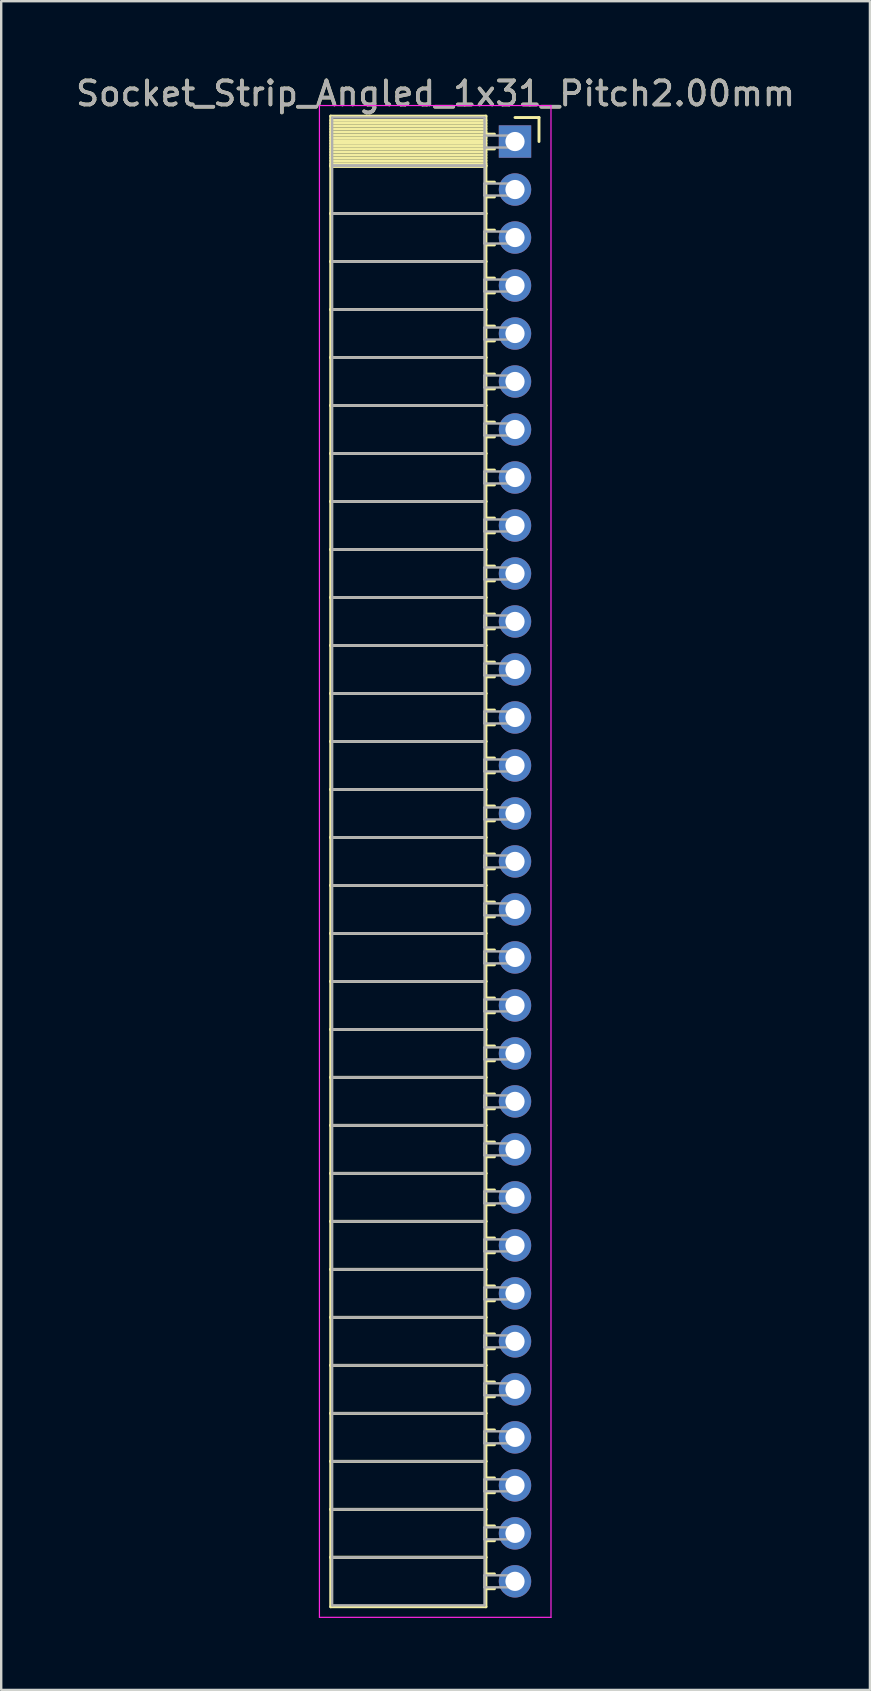
<source format=kicad_pcb>
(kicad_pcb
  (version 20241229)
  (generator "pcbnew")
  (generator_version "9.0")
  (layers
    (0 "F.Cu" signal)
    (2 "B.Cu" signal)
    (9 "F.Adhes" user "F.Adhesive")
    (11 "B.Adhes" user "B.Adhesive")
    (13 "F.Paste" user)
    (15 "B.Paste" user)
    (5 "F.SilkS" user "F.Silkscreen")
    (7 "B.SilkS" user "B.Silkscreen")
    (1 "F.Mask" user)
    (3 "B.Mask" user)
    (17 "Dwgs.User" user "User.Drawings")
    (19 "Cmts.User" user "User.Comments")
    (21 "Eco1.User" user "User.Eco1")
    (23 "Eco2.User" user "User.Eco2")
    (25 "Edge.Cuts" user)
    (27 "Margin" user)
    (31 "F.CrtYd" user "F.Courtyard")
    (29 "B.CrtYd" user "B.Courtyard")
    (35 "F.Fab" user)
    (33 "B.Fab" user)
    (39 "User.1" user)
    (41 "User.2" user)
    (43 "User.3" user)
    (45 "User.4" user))
  (footprint "Socket_Strip_Angled_1x31_Pitch2.00mm"
    (layer "F.Cu")
    (at 18.411 2.848)
    (property "Reference" "Socket_Strip_Angled_1x31_Pitch2.00mm" (at -3.31 -2 0) (layer "F.SilkS") (effects (font (size 1 1) (thickness 0.15))))
    (attr through_hole)
    (fp_line (start -7.68 -1.06) (end -1.21 -1.06) (stroke (width 0.12) (type solid)) (layer "F.SilkS"))
    (fp_line (start -7.68 1) (end -7.68 -1.06) (stroke (width 0.12) (type solid)) (layer "F.SilkS"))
    (fp_line (start -7.68 1) (end -1.21 1) (stroke (width 0.12) (type solid)) (layer "F.SilkS"))
    (fp_line (start -7.68 3) (end -7.68 1) (stroke (width 0.12) (type solid)) (layer "F.SilkS"))
    (fp_line (start -7.68 3) (end -1.21 3) (stroke (width 0.12) (type solid)) (layer "F.SilkS"))
    (fp_line (start -7.68 5) (end -7.68 3) (stroke (width 0.12) (type solid)) (layer "F.SilkS"))
    (fp_line (start -7.68 5) (end -1.21 5) (stroke (width 0.12) (type solid)) (layer "F.SilkS"))
    (fp_line (start -7.68 7) (end -7.68 5) (stroke (width 0.12) (type solid)) (layer "F.SilkS"))
    (fp_line (start -7.68 7) (end -1.21 7) (stroke (width 0.12) (type solid)) (layer "F.SilkS"))
    (fp_line (start -7.68 9) (end -7.68 7) (stroke (width 0.12) (type solid)) (layer "F.SilkS"))
    (fp_line (start -7.68 9) (end -1.21 9) (stroke (width 0.12) (type solid)) (layer "F.SilkS"))
    (fp_line (start -7.68 11) (end -7.68 9) (stroke (width 0.12) (type solid)) (layer "F.SilkS"))
    (fp_line (start -7.68 11) (end -1.21 11) (stroke (width 0.12) (type solid)) (layer "F.SilkS"))
    (fp_line (start -7.68 13) (end -7.68 11) (stroke (width 0.12) (type solid)) (layer "F.SilkS"))
    (fp_line (start -7.68 13) (end -1.21 13) (stroke (width 0.12) (type solid)) (layer "F.SilkS"))
    (fp_line (start -7.68 15) (end -7.68 13) (stroke (width 0.12) (type solid)) (layer "F.SilkS"))
    (fp_line (start -7.68 15) (end -1.21 15) (stroke (width 0.12) (type solid)) (layer "F.SilkS"))
    (fp_line (start -7.68 17) (end -7.68 15) (stroke (width 0.12) (type solid)) (layer "F.SilkS"))
    (fp_line (start -7.68 17) (end -1.21 17) (stroke (width 0.12) (type solid)) (layer "F.SilkS"))
    (fp_line (start -7.68 19) (end -7.68 17) (stroke (width 0.12) (type solid)) (layer "F.SilkS"))
    (fp_line (start -7.68 19) (end -1.21 19) (stroke (width 0.12) (type solid)) (layer "F.SilkS"))
    (fp_line (start -7.68 21) (end -7.68 19) (stroke (width 0.12) (type solid)) (layer "F.SilkS"))
    (fp_line (start -7.68 21) (end -1.21 21) (stroke (width 0.12) (type solid)) (layer "F.SilkS"))
    (fp_line (start -7.68 23) (end -7.68 21) (stroke (width 0.12) (type solid)) (layer "F.SilkS"))
    (fp_line (start -7.68 23) (end -1.21 23) (stroke (width 0.12) (type solid)) (layer "F.SilkS"))
    (fp_line (start -7.68 25) (end -7.68 23) (stroke (width 0.12) (type solid)) (layer "F.SilkS"))
    (fp_line (start -7.68 25) (end -1.21 25) (stroke (width 0.12) (type solid)) (layer "F.SilkS"))
    (fp_line (start -7.68 27) (end -7.68 25) (stroke (width 0.12) (type solid)) (layer "F.SilkS"))
    (fp_line (start -7.68 27) (end -1.21 27) (stroke (width 0.12) (type solid)) (layer "F.SilkS"))
    (fp_line (start -7.68 29) (end -7.68 27) (stroke (width 0.12) (type solid)) (layer "F.SilkS"))
    (fp_line (start -7.68 29) (end -1.21 29) (stroke (width 0.12) (type solid)) (layer "F.SilkS"))
    (fp_line (start -7.68 31) (end -7.68 29) (stroke (width 0.12) (type solid)) (layer "F.SilkS"))
    (fp_line (start -7.68 31) (end -1.21 31) (stroke (width 0.12) (type solid)) (layer "F.SilkS"))
    (fp_line (start -7.68 33) (end -7.68 31) (stroke (width 0.12) (type solid)) (layer "F.SilkS"))
    (fp_line (start -7.68 33) (end -1.21 33) (stroke (width 0.12) (type solid)) (layer "F.SilkS"))
    (fp_line (start -7.68 35) (end -7.68 33) (stroke (width 0.12) (type solid)) (layer "F.SilkS"))
    (fp_line (start -7.68 35) (end -1.21 35) (stroke (width 0.12) (type solid)) (layer "F.SilkS"))
    (fp_line (start -7.68 37) (end -7.68 35) (stroke (width 0.12) (type solid)) (layer "F.SilkS"))
    (fp_line (start -7.68 37) (end -1.21 37) (stroke (width 0.12) (type solid)) (layer "F.SilkS"))
    (fp_line (start -7.68 39) (end -7.68 37) (stroke (width 0.12) (type solid)) (layer "F.SilkS"))
    (fp_line (start -7.68 39) (end -1.21 39) (stroke (width 0.12) (type solid)) (layer "F.SilkS"))
    (fp_line (start -7.68 41) (end -7.68 39) (stroke (width 0.12) (type solid)) (layer "F.SilkS"))
    (fp_line (start -7.68 41) (end -1.21 41) (stroke (width 0.12) (type solid)) (layer "F.SilkS"))
    (fp_line (start -7.68 43) (end -7.68 41) (stroke (width 0.12) (type solid)) (layer "F.SilkS"))
    (fp_line (start -7.68 43) (end -1.21 43) (stroke (width 0.12) (type solid)) (layer "F.SilkS"))
    (fp_line (start -7.68 45) (end -7.68 43) (stroke (width 0.12) (type solid)) (layer "F.SilkS"))
    (fp_line (start -7.68 45) (end -1.21 45) (stroke (width 0.12) (type solid)) (layer "F.SilkS"))
    (fp_line (start -7.68 47) (end -7.68 45) (stroke (width 0.12) (type solid)) (layer "F.SilkS"))
    (fp_line (start -7.68 47) (end -1.21 47) (stroke (width 0.12) (type solid)) (layer "F.SilkS"))
    (fp_line (start -7.68 49) (end -7.68 47) (stroke (width 0.12) (type solid)) (layer "F.SilkS"))
    (fp_line (start -7.68 49) (end -1.21 49) (stroke (width 0.12) (type solid)) (layer "F.SilkS"))
    (fp_line (start -7.68 51) (end -7.68 49) (stroke (width 0.12) (type solid)) (layer "F.SilkS"))
    (fp_line (start -7.68 51) (end -1.21 51) (stroke (width 0.12) (type solid)) (layer "F.SilkS"))
    (fp_line (start -7.68 53) (end -7.68 51) (stroke (width 0.12) (type solid)) (layer "F.SilkS"))
    (fp_line (start -7.68 53) (end -1.21 53) (stroke (width 0.12) (type solid)) (layer "F.SilkS"))
    (fp_line (start -7.68 55) (end -7.68 53) (stroke (width 0.12) (type solid)) (layer "F.SilkS"))
    (fp_line (start -7.68 55) (end -1.21 55) (stroke (width 0.12) (type solid)) (layer "F.SilkS"))
    (fp_line (start -7.68 57) (end -7.68 55) (stroke (width 0.12) (type solid)) (layer "F.SilkS"))
    (fp_line (start -7.68 57) (end -1.21 57) (stroke (width 0.12) (type solid)) (layer "F.SilkS"))
    (fp_line (start -7.68 59) (end -7.68 57) (stroke (width 0.12) (type solid)) (layer "F.SilkS"))
    (fp_line (start -7.68 59) (end -1.21 59) (stroke (width 0.12) (type solid)) (layer "F.SilkS"))
    (fp_line (start -7.68 61.06) (end -7.68 59) (stroke (width 0.12) (type solid)) (layer "F.SilkS"))
    (fp_line (start -1.21 -1.06) (end -1.21 1) (stroke (width 0.12) (type solid)) (layer "F.SilkS"))
    (fp_line (start -1.21 -0.88) (end -7.68 -0.88) (stroke (width 0.12) (type solid)) (layer "F.SilkS"))
    (fp_line (start -1.21 -0.76) (end -7.68 -0.76) (stroke (width 0.12) (type solid)) (layer "F.SilkS"))
    (fp_line (start -1.21 -0.64) (end -7.68 -0.64) (stroke (width 0.12) (type solid)) (layer "F.SilkS"))
    (fp_line (start -1.21 -0.52) (end -7.68 -0.52) (stroke (width 0.12) (type solid)) (layer "F.SilkS"))
    (fp_line (start -1.21 -0.4) (end -7.68 -0.4) (stroke (width 0.12) (type solid)) (layer "F.SilkS"))
    (fp_line (start -1.21 -0.28) (end -7.68 -0.28) (stroke (width 0.12) (type solid)) (layer "F.SilkS"))
    (fp_line (start -1.21 -0.16) (end -7.68 -0.16) (stroke (width 0.12) (type solid)) (layer "F.SilkS"))
    (fp_line (start -1.21 -0.04) (end -7.68 -0.04) (stroke (width 0.12) (type solid)) (layer "F.SilkS"))
    (fp_line (start -1.21 0.08) (end -7.68 0.08) (stroke (width 0.12) (type solid)) (layer "F.SilkS"))
    (fp_line (start -1.21 0.2) (end -7.68 0.2) (stroke (width 0.12) (type solid)) (layer "F.SilkS"))
    (fp_line (start -1.21 0.32) (end -7.68 0.32) (stroke (width 0.12) (type solid)) (layer "F.SilkS"))
    (fp_line (start -1.21 0.44) (end -7.68 0.44) (stroke (width 0.12) (type solid)) (layer "F.SilkS"))
    (fp_line (start -1.21 0.56) (end -7.68 0.56) (stroke (width 0.12) (type solid)) (layer "F.SilkS"))
    (fp_line (start -1.21 0.68) (end -7.68 0.68) (stroke (width 0.12) (type solid)) (layer "F.SilkS"))
    (fp_line (start -1.21 0.8) (end -7.68 0.8) (stroke (width 0.12) (type solid)) (layer "F.SilkS"))
    (fp_line (start -1.21 0.92) (end -7.68 0.92) (stroke (width 0.12) (type solid)) (layer "F.SilkS"))
    (fp_line (start -1.21 1) (end -7.68 1) (stroke (width 0.12) (type solid)) (layer "F.SilkS"))
    (fp_line (start -1.21 1) (end -1.21 3) (stroke (width 0.12) (type solid)) (layer "F.SilkS"))
    (fp_line (start -1.21 1.04) (end -7.68 1.04) (stroke (width 0.12) (type solid)) (layer "F.SilkS"))
    (fp_line (start -1.21 3) (end -7.68 3) (stroke (width 0.12) (type solid)) (layer "F.SilkS"))
    (fp_line (start -1.21 3) (end -1.21 5) (stroke (width 0.12) (type solid)) (layer "F.SilkS"))
    (fp_line (start -1.21 5) (end -7.68 5) (stroke (width 0.12) (type solid)) (layer "F.SilkS"))
    (fp_line (start -1.21 5) (end -1.21 7) (stroke (width 0.12) (type solid)) (layer "F.SilkS"))
    (fp_line (start -1.21 7) (end -7.68 7) (stroke (width 0.12) (type solid)) (layer "F.SilkS"))
    (fp_line (start -1.21 7) (end -1.21 9) (stroke (width 0.12) (type solid)) (layer "F.SilkS"))
    (fp_line (start -1.21 9) (end -7.68 9) (stroke (width 0.12) (type solid)) (layer "F.SilkS"))
    (fp_line (start -1.21 9) (end -1.21 11) (stroke (width 0.12) (type solid)) (layer "F.SilkS"))
    (fp_line (start -1.21 11) (end -7.68 11) (stroke (width 0.12) (type solid)) (layer "F.SilkS"))
    (fp_line (start -1.21 11) (end -1.21 13) (stroke (width 0.12) (type solid)) (layer "F.SilkS"))
    (fp_line (start -1.21 13) (end -7.68 13) (stroke (width 0.12) (type solid)) (layer "F.SilkS"))
    (fp_line (start -1.21 13) (end -1.21 15) (stroke (width 0.12) (type solid)) (layer "F.SilkS"))
    (fp_line (start -1.21 15) (end -7.68 15) (stroke (width 0.12) (type solid)) (layer "F.SilkS"))
    (fp_line (start -1.21 15) (end -1.21 17) (stroke (width 0.12) (type solid)) (layer "F.SilkS"))
    (fp_line (start -1.21 17) (end -7.68 17) (stroke (width 0.12) (type solid)) (layer "F.SilkS"))
    (fp_line (start -1.21 17) (end -1.21 19) (stroke (width 0.12) (type solid)) (layer "F.SilkS"))
    (fp_line (start -1.21 19) (end -7.68 19) (stroke (width 0.12) (type solid)) (layer "F.SilkS"))
    (fp_line (start -1.21 19) (end -1.21 21) (stroke (width 0.12) (type solid)) (layer "F.SilkS"))
    (fp_line (start -1.21 21) (end -7.68 21) (stroke (width 0.12) (type solid)) (layer "F.SilkS"))
    (fp_line (start -1.21 21) (end -1.21 23) (stroke (width 0.12) (type solid)) (layer "F.SilkS"))
    (fp_line (start -1.21 23) (end -7.68 23) (stroke (width 0.12) (type solid)) (layer "F.SilkS"))
    (fp_line (start -1.21 23) (end -1.21 25) (stroke (width 0.12) (type solid)) (layer "F.SilkS"))
    (fp_line (start -1.21 25) (end -7.68 25) (stroke (width 0.12) (type solid)) (layer "F.SilkS"))
    (fp_line (start -1.21 25) (end -1.21 27) (stroke (width 0.12) (type solid)) (layer "F.SilkS"))
    (fp_line (start -1.21 27) (end -7.68 27) (stroke (width 0.12) (type solid)) (layer "F.SilkS"))
    (fp_line (start -1.21 27) (end -1.21 29) (stroke (width 0.12) (type solid)) (layer "F.SilkS"))
    (fp_line (start -1.21 29) (end -7.68 29) (stroke (width 0.12) (type solid)) (layer "F.SilkS"))
    (fp_line (start -1.21 29) (end -1.21 31) (stroke (width 0.12) (type solid)) (layer "F.SilkS"))
    (fp_line (start -1.21 31) (end -7.68 31) (stroke (width 0.12) (type solid)) (layer "F.SilkS"))
    (fp_line (start -1.21 31) (end -1.21 33) (stroke (width 0.12) (type solid)) (layer "F.SilkS"))
    (fp_line (start -1.21 33) (end -7.68 33) (stroke (width 0.12) (type solid)) (layer "F.SilkS"))
    (fp_line (start -1.21 33) (end -1.21 35) (stroke (width 0.12) (type solid)) (layer "F.SilkS"))
    (fp_line (start -1.21 35) (end -7.68 35) (stroke (width 0.12) (type solid)) (layer "F.SilkS"))
    (fp_line (start -1.21 35) (end -1.21 37) (stroke (width 0.12) (type solid)) (layer "F.SilkS"))
    (fp_line (start -1.21 37) (end -7.68 37) (stroke (width 0.12) (type solid)) (layer "F.SilkS"))
    (fp_line (start -1.21 37) (end -1.21 39) (stroke (width 0.12) (type solid)) (layer "F.SilkS"))
    (fp_line (start -1.21 39) (end -7.68 39) (stroke (width 0.12) (type solid)) (layer "F.SilkS"))
    (fp_line (start -1.21 39) (end -1.21 41) (stroke (width 0.12) (type solid)) (layer "F.SilkS"))
    (fp_line (start -1.21 41) (end -7.68 41) (stroke (width 0.12) (type solid)) (layer "F.SilkS"))
    (fp_line (start -1.21 41) (end -1.21 43) (stroke (width 0.12) (type solid)) (layer "F.SilkS"))
    (fp_line (start -1.21 43) (end -7.68 43) (stroke (width 0.12) (type solid)) (layer "F.SilkS"))
    (fp_line (start -1.21 43) (end -1.21 45) (stroke (width 0.12) (type solid)) (layer "F.SilkS"))
    (fp_line (start -1.21 45) (end -7.68 45) (stroke (width 0.12) (type solid)) (layer "F.SilkS"))
    (fp_line (start -1.21 45) (end -1.21 47) (stroke (width 0.12) (type solid)) (layer "F.SilkS"))
    (fp_line (start -1.21 47) (end -7.68 47) (stroke (width 0.12) (type solid)) (layer "F.SilkS"))
    (fp_line (start -1.21 47) (end -1.21 49) (stroke (width 0.12) (type solid)) (layer "F.SilkS"))
    (fp_line (start -1.21 49) (end -7.68 49) (stroke (width 0.12) (type solid)) (layer "F.SilkS"))
    (fp_line (start -1.21 49) (end -1.21 51) (stroke (width 0.12) (type solid)) (layer "F.SilkS"))
    (fp_line (start -1.21 51) (end -7.68 51) (stroke (width 0.12) (type solid)) (layer "F.SilkS"))
    (fp_line (start -1.21 51) (end -1.21 53) (stroke (width 0.12) (type solid)) (layer "F.SilkS"))
    (fp_line (start -1.21 53) (end -7.68 53) (stroke (width 0.12) (type solid)) (layer "F.SilkS"))
    (fp_line (start -1.21 53) (end -1.21 55) (stroke (width 0.12) (type solid)) (layer "F.SilkS"))
    (fp_line (start -1.21 55) (end -7.68 55) (stroke (width 0.12) (type solid)) (layer "F.SilkS"))
    (fp_line (start -1.21 55) (end -1.21 57) (stroke (width 0.12) (type solid)) (layer "F.SilkS"))
    (fp_line (start -1.21 57) (end -7.68 57) (stroke (width 0.12) (type solid)) (layer "F.SilkS"))
    (fp_line (start -1.21 57) (end -1.21 59) (stroke (width 0.12) (type solid)) (layer "F.SilkS"))
    (fp_line (start -1.21 59) (end -7.68 59) (stroke (width 0.12) (type solid)) (layer "F.SilkS"))
    (fp_line (start -1.21 59) (end -1.21 61.06) (stroke (width 0.12) (type solid)) (layer "F.SilkS"))
    (fp_line (start -1.21 61.06) (end -7.68 61.06) (stroke (width 0.12) (type solid)) (layer "F.SilkS"))
    (fp_line (start -0.855 -0.31) (end -1.21 -0.31) (stroke (width 0.12) (type solid)) (layer "F.SilkS"))
    (fp_line (start -0.855 0.31) (end -1.21 0.31) (stroke (width 0.12) (type solid)) (layer "F.SilkS"))
    (fp_line (start -0.855 1.69) (end -1.21 1.69) (stroke (width 0.12) (type solid)) (layer "F.SilkS"))
    (fp_line (start -0.855 2.31) (end -1.21 2.31) (stroke (width 0.12) (type solid)) (layer "F.SilkS"))
    (fp_line (start -0.855 3.69) (end -1.21 3.69) (stroke (width 0.12) (type solid)) (layer "F.SilkS"))
    (fp_line (start -0.855 4.31) (end -1.21 4.31) (stroke (width 0.12) (type solid)) (layer "F.SilkS"))
    (fp_line (start -0.855 5.69) (end -1.21 5.69) (stroke (width 0.12) (type solid)) (layer "F.SilkS"))
    (fp_line (start -0.855 6.31) (end -1.21 6.31) (stroke (width 0.12) (type solid)) (layer "F.SilkS"))
    (fp_line (start -0.855 7.69) (end -1.21 7.69) (stroke (width 0.12) (type solid)) (layer "F.SilkS"))
    (fp_line (start -0.855 8.31) (end -1.21 8.31) (stroke (width 0.12) (type solid)) (layer "F.SilkS"))
    (fp_line (start -0.855 9.69) (end -1.21 9.69) (stroke (width 0.12) (type solid)) (layer "F.SilkS"))
    (fp_line (start -0.855 10.31) (end -1.21 10.31) (stroke (width 0.12) (type solid)) (layer "F.SilkS"))
    (fp_line (start -0.855 11.69) (end -1.21 11.69) (stroke (width 0.12) (type solid)) (layer "F.SilkS"))
    (fp_line (start -0.855 12.31) (end -1.21 12.31) (stroke (width 0.12) (type solid)) (layer "F.SilkS"))
    (fp_line (start -0.855 13.69) (end -1.21 13.69) (stroke (width 0.12) (type solid)) (layer "F.SilkS"))
    (fp_line (start -0.855 14.31) (end -1.21 14.31) (stroke (width 0.12) (type solid)) (layer "F.SilkS"))
    (fp_line (start -0.855 15.69) (end -1.21 15.69) (stroke (width 0.12) (type solid)) (layer "F.SilkS"))
    (fp_line (start -0.855 16.31) (end -1.21 16.31) (stroke (width 0.12) (type solid)) (layer "F.SilkS"))
    (fp_line (start -0.855 17.69) (end -1.21 17.69) (stroke (width 0.12) (type solid)) (layer "F.SilkS"))
    (fp_line (start -0.855 18.31) (end -1.21 18.31) (stroke (width 0.12) (type solid)) (layer "F.SilkS"))
    (fp_line (start -0.855 19.69) (end -1.21 19.69) (stroke (width 0.12) (type solid)) (layer "F.SilkS"))
    (fp_line (start -0.855 20.31) (end -1.21 20.31) (stroke (width 0.12) (type solid)) (layer "F.SilkS"))
    (fp_line (start -0.855 21.69) (end -1.21 21.69) (stroke (width 0.12) (type solid)) (layer "F.SilkS"))
    (fp_line (start -0.855 22.31) (end -1.21 22.31) (stroke (width 0.12) (type solid)) (layer "F.SilkS"))
    (fp_line (start -0.855 23.69) (end -1.21 23.69) (stroke (width 0.12) (type solid)) (layer "F.SilkS"))
    (fp_line (start -0.855 24.31) (end -1.21 24.31) (stroke (width 0.12) (type solid)) (layer "F.SilkS"))
    (fp_line (start -0.855 25.69) (end -1.21 25.69) (stroke (width 0.12) (type solid)) (layer "F.SilkS"))
    (fp_line (start -0.855 26.31) (end -1.21 26.31) (stroke (width 0.12) (type solid)) (layer "F.SilkS"))
    (fp_line (start -0.855 27.69) (end -1.21 27.69) (stroke (width 0.12) (type solid)) (layer "F.SilkS"))
    (fp_line (start -0.855 28.31) (end -1.21 28.31) (stroke (width 0.12) (type solid)) (layer "F.SilkS"))
    (fp_line (start -0.855 29.69) (end -1.21 29.69) (stroke (width 0.12) (type solid)) (layer "F.SilkS"))
    (fp_line (start -0.855 30.31) (end -1.21 30.31) (stroke (width 0.12) (type solid)) (layer "F.SilkS"))
    (fp_line (start -0.855 31.69) (end -1.21 31.69) (stroke (width 0.12) (type solid)) (layer "F.SilkS"))
    (fp_line (start -0.855 32.31) (end -1.21 32.31) (stroke (width 0.12) (type solid)) (layer "F.SilkS"))
    (fp_line (start -0.855 33.69) (end -1.21 33.69) (stroke (width 0.12) (type solid)) (layer "F.SilkS"))
    (fp_line (start -0.855 34.31) (end -1.21 34.31) (stroke (width 0.12) (type solid)) (layer "F.SilkS"))
    (fp_line (start -0.855 35.69) (end -1.21 35.69) (stroke (width 0.12) (type solid)) (layer "F.SilkS"))
    (fp_line (start -0.855 36.31) (end -1.21 36.31) (stroke (width 0.12) (type solid)) (layer "F.SilkS"))
    (fp_line (start -0.855 37.69) (end -1.21 37.69) (stroke (width 0.12) (type solid)) (layer "F.SilkS"))
    (fp_line (start -0.855 38.31) (end -1.21 38.31) (stroke (width 0.12) (type solid)) (layer "F.SilkS"))
    (fp_line (start -0.855 39.69) (end -1.21 39.69) (stroke (width 0.12) (type solid)) (layer "F.SilkS"))
    (fp_line (start -0.855 40.31) (end -1.21 40.31) (stroke (width 0.12) (type solid)) (layer "F.SilkS"))
    (fp_line (start -0.855 41.69) (end -1.21 41.69) (stroke (width 0.12) (type solid)) (layer "F.SilkS"))
    (fp_line (start -0.855 42.31) (end -1.21 42.31) (stroke (width 0.12) (type solid)) (layer "F.SilkS"))
    (fp_line (start -0.855 43.69) (end -1.21 43.69) (stroke (width 0.12) (type solid)) (layer "F.SilkS"))
    (fp_line (start -0.855 44.31) (end -1.21 44.31) (stroke (width 0.12) (type solid)) (layer "F.SilkS"))
    (fp_line (start -0.855 45.69) (end -1.21 45.69) (stroke (width 0.12) (type solid)) (layer "F.SilkS"))
    (fp_line (start -0.855 46.31) (end -1.21 46.31) (stroke (width 0.12) (type solid)) (layer "F.SilkS"))
    (fp_line (start -0.855 47.69) (end -1.21 47.69) (stroke (width 0.12) (type solid)) (layer "F.SilkS"))
    (fp_line (start -0.855 48.31) (end -1.21 48.31) (stroke (width 0.12) (type solid)) (layer "F.SilkS"))
    (fp_line (start -0.855 49.69) (end -1.21 49.69) (stroke (width 0.12) (type solid)) (layer "F.SilkS"))
    (fp_line (start -0.855 50.31) (end -1.21 50.31) (stroke (width 0.12) (type solid)) (layer "F.SilkS"))
    (fp_line (start -0.855 51.69) (end -1.21 51.69) (stroke (width 0.12) (type solid)) (layer "F.SilkS"))
    (fp_line (start -0.855 52.31) (end -1.21 52.31) (stroke (width 0.12) (type solid)) (layer "F.SilkS"))
    (fp_line (start -0.855 53.69) (end -1.21 53.69) (stroke (width 0.12) (type solid)) (layer "F.SilkS"))
    (fp_line (start -0.855 54.31) (end -1.21 54.31) (stroke (width 0.12) (type solid)) (layer "F.SilkS"))
    (fp_line (start -0.855 55.69) (end -1.21 55.69) (stroke (width 0.12) (type solid)) (layer "F.SilkS"))
    (fp_line (start -0.855 56.31) (end -1.21 56.31) (stroke (width 0.12) (type solid)) (layer "F.SilkS"))
    (fp_line (start -0.855 57.69) (end -1.21 57.69) (stroke (width 0.12) (type solid)) (layer "F.SilkS"))
    (fp_line (start -0.855 58.31) (end -1.21 58.31) (stroke (width 0.12) (type solid)) (layer "F.SilkS"))
    (fp_line (start -0.855 59.69) (end -1.21 59.69) (stroke (width 0.12) (type solid)) (layer "F.SilkS"))
    (fp_line (start -0.855 60.31) (end -1.21 60.31) (stroke (width 0.12) (type solid)) (layer "F.SilkS"))
    (fp_line (start 0 -1) (end 1 -1) (stroke (width 0.12) (type solid)) (layer "F.SilkS"))
    (fp_line (start 1 -1) (end 1 0) (stroke (width 0.12) (type solid)) (layer "F.SilkS"))
    (fp_line (start -8.15 -1.5) (end 1.5 -1.5) (stroke (width 0.05) (type solid)) (layer "F.CrtYd"))
    (fp_line (start -8.15 61.5) (end -8.15 -1.5) (stroke (width 0.05) (type solid)) (layer "F.CrtYd"))
    (fp_line (start 1.5 -1.5) (end 1.5 61.5) (stroke (width 0.05) (type solid)) (layer "F.CrtYd"))
    (fp_line (start 1.5 61.5) (end -8.15 61.5) (stroke (width 0.05) (type solid)) (layer "F.CrtYd"))
    (fp_line (start -7.62 -1) (end -1.27 -1) (stroke (width 0.1) (type solid)) (layer "F.Fab"))
    (fp_line (start -7.62 1) (end -7.62 -1) (stroke (width 0.1) (type solid)) (layer "F.Fab"))
    (fp_line (start -7.62 1) (end -1.27 1) (stroke (width 0.1) (type solid)) (layer "F.Fab"))
    (fp_line (start -7.62 3) (end -7.62 1) (stroke (width 0.1) (type solid)) (layer "F.Fab"))
    (fp_line (start -7.62 3) (end -1.27 3) (stroke (width 0.1) (type solid)) (layer "F.Fab"))
    (fp_line (start -7.62 5) (end -7.62 3) (stroke (width 0.1) (type solid)) (layer "F.Fab"))
    (fp_line (start -7.62 5) (end -1.27 5) (stroke (width 0.1) (type solid)) (layer "F.Fab"))
    (fp_line (start -7.62 7) (end -7.62 5) (stroke (width 0.1) (type solid)) (layer "F.Fab"))
    (fp_line (start -7.62 7) (end -1.27 7) (stroke (width 0.1) (type solid)) (layer "F.Fab"))
    (fp_line (start -7.62 9) (end -7.62 7) (stroke (width 0.1) (type solid)) (layer "F.Fab"))
    (fp_line (start -7.62 9) (end -1.27 9) (stroke (width 0.1) (type solid)) (layer "F.Fab"))
    (fp_line (start -7.62 11) (end -7.62 9) (stroke (width 0.1) (type solid)) (layer "F.Fab"))
    (fp_line (start -7.62 11) (end -1.27 11) (stroke (width 0.1) (type solid)) (layer "F.Fab"))
    (fp_line (start -7.62 13) (end -7.62 11) (stroke (width 0.1) (type solid)) (layer "F.Fab"))
    (fp_line (start -7.62 13) (end -1.27 13) (stroke (width 0.1) (type solid)) (layer "F.Fab"))
    (fp_line (start -7.62 15) (end -7.62 13) (stroke (width 0.1) (type solid)) (layer "F.Fab"))
    (fp_line (start -7.62 15) (end -1.27 15) (stroke (width 0.1) (type solid)) (layer "F.Fab"))
    (fp_line (start -7.62 17) (end -7.62 15) (stroke (width 0.1) (type solid)) (layer "F.Fab"))
    (fp_line (start -7.62 17) (end -1.27 17) (stroke (width 0.1) (type solid)) (layer "F.Fab"))
    (fp_line (start -7.62 19) (end -7.62 17) (stroke (width 0.1) (type solid)) (layer "F.Fab"))
    (fp_line (start -7.62 19) (end -1.27 19) (stroke (width 0.1) (type solid)) (layer "F.Fab"))
    (fp_line (start -7.62 21) (end -7.62 19) (stroke (width 0.1) (type solid)) (layer "F.Fab"))
    (fp_line (start -7.62 21) (end -1.27 21) (stroke (width 0.1) (type solid)) (layer "F.Fab"))
    (fp_line (start -7.62 23) (end -7.62 21) (stroke (width 0.1) (type solid)) (layer "F.Fab"))
    (fp_line (start -7.62 23) (end -1.27 23) (stroke (width 0.1) (type solid)) (layer "F.Fab"))
    (fp_line (start -7.62 25) (end -7.62 23) (stroke (width 0.1) (type solid)) (layer "F.Fab"))
    (fp_line (start -7.62 25) (end -1.27 25) (stroke (width 0.1) (type solid)) (layer "F.Fab"))
    (fp_line (start -7.62 27) (end -7.62 25) (stroke (width 0.1) (type solid)) (layer "F.Fab"))
    (fp_line (start -7.62 27) (end -1.27 27) (stroke (width 0.1) (type solid)) (layer "F.Fab"))
    (fp_line (start -7.62 29) (end -7.62 27) (stroke (width 0.1) (type solid)) (layer "F.Fab"))
    (fp_line (start -7.62 29) (end -1.27 29) (stroke (width 0.1) (type solid)) (layer "F.Fab"))
    (fp_line (start -7.62 31) (end -7.62 29) (stroke (width 0.1) (type solid)) (layer "F.Fab"))
    (fp_line (start -7.62 31) (end -1.27 31) (stroke (width 0.1) (type solid)) (layer "F.Fab"))
    (fp_line (start -7.62 33) (end -7.62 31) (stroke (width 0.1) (type solid)) (layer "F.Fab"))
    (fp_line (start -7.62 33) (end -1.27 33) (stroke (width 0.1) (type solid)) (layer "F.Fab"))
    (fp_line (start -7.62 35) (end -7.62 33) (stroke (width 0.1) (type solid)) (layer "F.Fab"))
    (fp_line (start -7.62 35) (end -1.27 35) (stroke (width 0.1) (type solid)) (layer "F.Fab"))
    (fp_line (start -7.62 37) (end -7.62 35) (stroke (width 0.1) (type solid)) (layer "F.Fab"))
    (fp_line (start -7.62 37) (end -1.27 37) (stroke (width 0.1) (type solid)) (layer "F.Fab"))
    (fp_line (start -7.62 39) (end -7.62 37) (stroke (width 0.1) (type solid)) (layer "F.Fab"))
    (fp_line (start -7.62 39) (end -1.27 39) (stroke (width 0.1) (type solid)) (layer "F.Fab"))
    (fp_line (start -7.62 41) (end -7.62 39) (stroke (width 0.1) (type solid)) (layer "F.Fab"))
    (fp_line (start -7.62 41) (end -1.27 41) (stroke (width 0.1) (type solid)) (layer "F.Fab"))
    (fp_line (start -7.62 43) (end -7.62 41) (stroke (width 0.1) (type solid)) (layer "F.Fab"))
    (fp_line (start -7.62 43) (end -1.27 43) (stroke (width 0.1) (type solid)) (layer "F.Fab"))
    (fp_line (start -7.62 45) (end -7.62 43) (stroke (width 0.1) (type solid)) (layer "F.Fab"))
    (fp_line (start -7.62 45) (end -1.27 45) (stroke (width 0.1) (type solid)) (layer "F.Fab"))
    (fp_line (start -7.62 47) (end -7.62 45) (stroke (width 0.1) (type solid)) (layer "F.Fab"))
    (fp_line (start -7.62 47) (end -1.27 47) (stroke (width 0.1) (type solid)) (layer "F.Fab"))
    (fp_line (start -7.62 49) (end -7.62 47) (stroke (width 0.1) (type solid)) (layer "F.Fab"))
    (fp_line (start -7.62 49) (end -1.27 49) (stroke (width 0.1) (type solid)) (layer "F.Fab"))
    (fp_line (start -7.62 51) (end -7.62 49) (stroke (width 0.1) (type solid)) (layer "F.Fab"))
    (fp_line (start -7.62 51) (end -1.27 51) (stroke (width 0.1) (type solid)) (layer "F.Fab"))
    (fp_line (start -7.62 53) (end -7.62 51) (stroke (width 0.1) (type solid)) (layer "F.Fab"))
    (fp_line (start -7.62 53) (end -1.27 53) (stroke (width 0.1) (type solid)) (layer "F.Fab"))
    (fp_line (start -7.62 55) (end -7.62 53) (stroke (width 0.1) (type solid)) (layer "F.Fab"))
    (fp_line (start -7.62 55) (end -1.27 55) (stroke (width 0.1) (type solid)) (layer "F.Fab"))
    (fp_line (start -7.62 57) (end -7.62 55) (stroke (width 0.1) (type solid)) (layer "F.Fab"))
    (fp_line (start -7.62 57) (end -1.27 57) (stroke (width 0.1) (type solid)) (layer "F.Fab"))
    (fp_line (start -7.62 59) (end -7.62 57) (stroke (width 0.1) (type solid)) (layer "F.Fab"))
    (fp_line (start -7.62 59) (end -1.27 59) (stroke (width 0.1) (type solid)) (layer "F.Fab"))
    (fp_line (start -7.62 61) (end -7.62 59) (stroke (width 0.1) (type solid)) (layer "F.Fab"))
    (fp_line (start -1.27 -1) (end -1.27 1) (stroke (width 0.1) (type solid)) (layer "F.Fab"))
    (fp_line (start -1.27 -0.25) (end 0 -0.25) (stroke (width 0.1) (type solid)) (layer "F.Fab"))
    (fp_line (start -1.27 0.25) (end -1.27 -0.25) (stroke (width 0.1) (type solid)) (layer "F.Fab"))
    (fp_line (start -1.27 1) (end -7.62 1) (stroke (width 0.1) (type solid)) (layer "F.Fab"))
    (fp_line (start -1.27 1) (end -1.27 3) (stroke (width 0.1) (type solid)) (layer "F.Fab"))
    (fp_line (start -1.27 1.75) (end 0 1.75) (stroke (width 0.1) (type solid)) (layer "F.Fab"))
    (fp_line (start -1.27 2.25) (end -1.27 1.75) (stroke (width 0.1) (type solid)) (layer "F.Fab"))
    (fp_line (start -1.27 3) (end -7.62 3) (stroke (width 0.1) (type solid)) (layer "F.Fab"))
    (fp_line (start -1.27 3) (end -1.27 5) (stroke (width 0.1) (type solid)) (layer "F.Fab"))
    (fp_line (start -1.27 3.75) (end 0 3.75) (stroke (width 0.1) (type solid)) (layer "F.Fab"))
    (fp_line (start -1.27 4.25) (end -1.27 3.75) (stroke (width 0.1) (type solid)) (layer "F.Fab"))
    (fp_line (start -1.27 5) (end -7.62 5) (stroke (width 0.1) (type solid)) (layer "F.Fab"))
    (fp_line (start -1.27 5) (end -1.27 7) (stroke (width 0.1) (type solid)) (layer "F.Fab"))
    (fp_line (start -1.27 5.75) (end 0 5.75) (stroke (width 0.1) (type solid)) (layer "F.Fab"))
    (fp_line (start -1.27 6.25) (end -1.27 5.75) (stroke (width 0.1) (type solid)) (layer "F.Fab"))
    (fp_line (start -1.27 7) (end -7.62 7) (stroke (width 0.1) (type solid)) (layer "F.Fab"))
    (fp_line (start -1.27 7) (end -1.27 9) (stroke (width 0.1) (type solid)) (layer "F.Fab"))
    (fp_line (start -1.27 7.75) (end 0 7.75) (stroke (width 0.1) (type solid)) (layer "F.Fab"))
    (fp_line (start -1.27 8.25) (end -1.27 7.75) (stroke (width 0.1) (type solid)) (layer "F.Fab"))
    (fp_line (start -1.27 9) (end -7.62 9) (stroke (width 0.1) (type solid)) (layer "F.Fab"))
    (fp_line (start -1.27 9) (end -1.27 11) (stroke (width 0.1) (type solid)) (layer "F.Fab"))
    (fp_line (start -1.27 9.75) (end 0 9.75) (stroke (width 0.1) (type solid)) (layer "F.Fab"))
    (fp_line (start -1.27 10.25) (end -1.27 9.75) (stroke (width 0.1) (type solid)) (layer "F.Fab"))
    (fp_line (start -1.27 11) (end -7.62 11) (stroke (width 0.1) (type solid)) (layer "F.Fab"))
    (fp_line (start -1.27 11) (end -1.27 13) (stroke (width 0.1) (type solid)) (layer "F.Fab"))
    (fp_line (start -1.27 11.75) (end 0 11.75) (stroke (width 0.1) (type solid)) (layer "F.Fab"))
    (fp_line (start -1.27 12.25) (end -1.27 11.75) (stroke (width 0.1) (type solid)) (layer "F.Fab"))
    (fp_line (start -1.27 13) (end -7.62 13) (stroke (width 0.1) (type solid)) (layer "F.Fab"))
    (fp_line (start -1.27 13) (end -1.27 15) (stroke (width 0.1) (type solid)) (layer "F.Fab"))
    (fp_line (start -1.27 13.75) (end 0 13.75) (stroke (width 0.1) (type solid)) (layer "F.Fab"))
    (fp_line (start -1.27 14.25) (end -1.27 13.75) (stroke (width 0.1) (type solid)) (layer "F.Fab"))
    (fp_line (start -1.27 15) (end -7.62 15) (stroke (width 0.1) (type solid)) (layer "F.Fab"))
    (fp_line (start -1.27 15) (end -1.27 17) (stroke (width 0.1) (type solid)) (layer "F.Fab"))
    (fp_line (start -1.27 15.75) (end 0 15.75) (stroke (width 0.1) (type solid)) (layer "F.Fab"))
    (fp_line (start -1.27 16.25) (end -1.27 15.75) (stroke (width 0.1) (type solid)) (layer "F.Fab"))
    (fp_line (start -1.27 17) (end -7.62 17) (stroke (width 0.1) (type solid)) (layer "F.Fab"))
    (fp_line (start -1.27 17) (end -1.27 19) (stroke (width 0.1) (type solid)) (layer "F.Fab"))
    (fp_line (start -1.27 17.75) (end 0 17.75) (stroke (width 0.1) (type solid)) (layer "F.Fab"))
    (fp_line (start -1.27 18.25) (end -1.27 17.75) (stroke (width 0.1) (type solid)) (layer "F.Fab"))
    (fp_line (start -1.27 19) (end -7.62 19) (stroke (width 0.1) (type solid)) (layer "F.Fab"))
    (fp_line (start -1.27 19) (end -1.27 21) (stroke (width 0.1) (type solid)) (layer "F.Fab"))
    (fp_line (start -1.27 19.75) (end 0 19.75) (stroke (width 0.1) (type solid)) (layer "F.Fab"))
    (fp_line (start -1.27 20.25) (end -1.27 19.75) (stroke (width 0.1) (type solid)) (layer "F.Fab"))
    (fp_line (start -1.27 21) (end -7.62 21) (stroke (width 0.1) (type solid)) (layer "F.Fab"))
    (fp_line (start -1.27 21) (end -1.27 23) (stroke (width 0.1) (type solid)) (layer "F.Fab"))
    (fp_line (start -1.27 21.75) (end 0 21.75) (stroke (width 0.1) (type solid)) (layer "F.Fab"))
    (fp_line (start -1.27 22.25) (end -1.27 21.75) (stroke (width 0.1) (type solid)) (layer "F.Fab"))
    (fp_line (start -1.27 23) (end -7.62 23) (stroke (width 0.1) (type solid)) (layer "F.Fab"))
    (fp_line (start -1.27 23) (end -1.27 25) (stroke (width 0.1) (type solid)) (layer "F.Fab"))
    (fp_line (start -1.27 23.75) (end 0 23.75) (stroke (width 0.1) (type solid)) (layer "F.Fab"))
    (fp_line (start -1.27 24.25) (end -1.27 23.75) (stroke (width 0.1) (type solid)) (layer "F.Fab"))
    (fp_line (start -1.27 25) (end -7.62 25) (stroke (width 0.1) (type solid)) (layer "F.Fab"))
    (fp_line (start -1.27 25) (end -1.27 27) (stroke (width 0.1) (type solid)) (layer "F.Fab"))
    (fp_line (start -1.27 25.75) (end 0 25.75) (stroke (width 0.1) (type solid)) (layer "F.Fab"))
    (fp_line (start -1.27 26.25) (end -1.27 25.75) (stroke (width 0.1) (type solid)) (layer "F.Fab"))
    (fp_line (start -1.27 27) (end -7.62 27) (stroke (width 0.1) (type solid)) (layer "F.Fab"))
    (fp_line (start -1.27 27) (end -1.27 29) (stroke (width 0.1) (type solid)) (layer "F.Fab"))
    (fp_line (start -1.27 27.75) (end 0 27.75) (stroke (width 0.1) (type solid)) (layer "F.Fab"))
    (fp_line (start -1.27 28.25) (end -1.27 27.75) (stroke (width 0.1) (type solid)) (layer "F.Fab"))
    (fp_line (start -1.27 29) (end -7.62 29) (stroke (width 0.1) (type solid)) (layer "F.Fab"))
    (fp_line (start -1.27 29) (end -1.27 31) (stroke (width 0.1) (type solid)) (layer "F.Fab"))
    (fp_line (start -1.27 29.75) (end 0 29.75) (stroke (width 0.1) (type solid)) (layer "F.Fab"))
    (fp_line (start -1.27 30.25) (end -1.27 29.75) (stroke (width 0.1) (type solid)) (layer "F.Fab"))
    (fp_line (start -1.27 31) (end -7.62 31) (stroke (width 0.1) (type solid)) (layer "F.Fab"))
    (fp_line (start -1.27 31) (end -1.27 33) (stroke (width 0.1) (type solid)) (layer "F.Fab"))
    (fp_line (start -1.27 31.75) (end 0 31.75) (stroke (width 0.1) (type solid)) (layer "F.Fab"))
    (fp_line (start -1.27 32.25) (end -1.27 31.75) (stroke (width 0.1) (type solid)) (layer "F.Fab"))
    (fp_line (start -1.27 33) (end -7.62 33) (stroke (width 0.1) (type solid)) (layer "F.Fab"))
    (fp_line (start -1.27 33) (end -1.27 35) (stroke (width 0.1) (type solid)) (layer "F.Fab"))
    (fp_line (start -1.27 33.75) (end 0 33.75) (stroke (width 0.1) (type solid)) (layer "F.Fab"))
    (fp_line (start -1.27 34.25) (end -1.27 33.75) (stroke (width 0.1) (type solid)) (layer "F.Fab"))
    (fp_line (start -1.27 35) (end -7.62 35) (stroke (width 0.1) (type solid)) (layer "F.Fab"))
    (fp_line (start -1.27 35) (end -1.27 37) (stroke (width 0.1) (type solid)) (layer "F.Fab"))
    (fp_line (start -1.27 35.75) (end 0 35.75) (stroke (width 0.1) (type solid)) (layer "F.Fab"))
    (fp_line (start -1.27 36.25) (end -1.27 35.75) (stroke (width 0.1) (type solid)) (layer "F.Fab"))
    (fp_line (start -1.27 37) (end -7.62 37) (stroke (width 0.1) (type solid)) (layer "F.Fab"))
    (fp_line (start -1.27 37) (end -1.27 39) (stroke (width 0.1) (type solid)) (layer "F.Fab"))
    (fp_line (start -1.27 37.75) (end 0 37.75) (stroke (width 0.1) (type solid)) (layer "F.Fab"))
    (fp_line (start -1.27 38.25) (end -1.27 37.75) (stroke (width 0.1) (type solid)) (layer "F.Fab"))
    (fp_line (start -1.27 39) (end -7.62 39) (stroke (width 0.1) (type solid)) (layer "F.Fab"))
    (fp_line (start -1.27 39) (end -1.27 41) (stroke (width 0.1) (type solid)) (layer "F.Fab"))
    (fp_line (start -1.27 39.75) (end 0 39.75) (stroke (width 0.1) (type solid)) (layer "F.Fab"))
    (fp_line (start -1.27 40.25) (end -1.27 39.75) (stroke (width 0.1) (type solid)) (layer "F.Fab"))
    (fp_line (start -1.27 41) (end -7.62 41) (stroke (width 0.1) (type solid)) (layer "F.Fab"))
    (fp_line (start -1.27 41) (end -1.27 43) (stroke (width 0.1) (type solid)) (layer "F.Fab"))
    (fp_line (start -1.27 41.75) (end 0 41.75) (stroke (width 0.1) (type solid)) (layer "F.Fab"))
    (fp_line (start -1.27 42.25) (end -1.27 41.75) (stroke (width 0.1) (type solid)) (layer "F.Fab"))
    (fp_line (start -1.27 43) (end -7.62 43) (stroke (width 0.1) (type solid)) (layer "F.Fab"))
    (fp_line (start -1.27 43) (end -1.27 45) (stroke (width 0.1) (type solid)) (layer "F.Fab"))
    (fp_line (start -1.27 43.75) (end 0 43.75) (stroke (width 0.1) (type solid)) (layer "F.Fab"))
    (fp_line (start -1.27 44.25) (end -1.27 43.75) (stroke (width 0.1) (type solid)) (layer "F.Fab"))
    (fp_line (start -1.27 45) (end -7.62 45) (stroke (width 0.1) (type solid)) (layer "F.Fab"))
    (fp_line (start -1.27 45) (end -1.27 47) (stroke (width 0.1) (type solid)) (layer "F.Fab"))
    (fp_line (start -1.27 45.75) (end 0 45.75) (stroke (width 0.1) (type solid)) (layer "F.Fab"))
    (fp_line (start -1.27 46.25) (end -1.27 45.75) (stroke (width 0.1) (type solid)) (layer "F.Fab"))
    (fp_line (start -1.27 47) (end -7.62 47) (stroke (width 0.1) (type solid)) (layer "F.Fab"))
    (fp_line (start -1.27 47) (end -1.27 49) (stroke (width 0.1) (type solid)) (layer "F.Fab"))
    (fp_line (start -1.27 47.75) (end 0 47.75) (stroke (width 0.1) (type solid)) (layer "F.Fab"))
    (fp_line (start -1.27 48.25) (end -1.27 47.75) (stroke (width 0.1) (type solid)) (layer "F.Fab"))
    (fp_line (start -1.27 49) (end -7.62 49) (stroke (width 0.1) (type solid)) (layer "F.Fab"))
    (fp_line (start -1.27 49) (end -1.27 51) (stroke (width 0.1) (type solid)) (layer "F.Fab"))
    (fp_line (start -1.27 49.75) (end 0 49.75) (stroke (width 0.1) (type solid)) (layer "F.Fab"))
    (fp_line (start -1.27 50.25) (end -1.27 49.75) (stroke (width 0.1) (type solid)) (layer "F.Fab"))
    (fp_line (start -1.27 51) (end -7.62 51) (stroke (width 0.1) (type solid)) (layer "F.Fab"))
    (fp_line (start -1.27 51) (end -1.27 53) (stroke (width 0.1) (type solid)) (layer "F.Fab"))
    (fp_line (start -1.27 51.75) (end 0 51.75) (stroke (width 0.1) (type solid)) (layer "F.Fab"))
    (fp_line (start -1.27 52.25) (end -1.27 51.75) (stroke (width 0.1) (type solid)) (layer "F.Fab"))
    (fp_line (start -1.27 53) (end -7.62 53) (stroke (width 0.1) (type solid)) (layer "F.Fab"))
    (fp_line (start -1.27 53) (end -1.27 55) (stroke (width 0.1) (type solid)) (layer "F.Fab"))
    (fp_line (start -1.27 53.75) (end 0 53.75) (stroke (width 0.1) (type solid)) (layer "F.Fab"))
    (fp_line (start -1.27 54.25) (end -1.27 53.75) (stroke (width 0.1) (type solid)) (layer "F.Fab"))
    (fp_line (start -1.27 55) (end -7.62 55) (stroke (width 0.1) (type solid)) (layer "F.Fab"))
    (fp_line (start -1.27 55) (end -1.27 57) (stroke (width 0.1) (type solid)) (layer "F.Fab"))
    (fp_line (start -1.27 55.75) (end 0 55.75) (stroke (width 0.1) (type solid)) (layer "F.Fab"))
    (fp_line (start -1.27 56.25) (end -1.27 55.75) (stroke (width 0.1) (type solid)) (layer "F.Fab"))
    (fp_line (start -1.27 57) (end -7.62 57) (stroke (width 0.1) (type solid)) (layer "F.Fab"))
    (fp_line (start -1.27 57) (end -1.27 59) (stroke (width 0.1) (type solid)) (layer "F.Fab"))
    (fp_line (start -1.27 57.75) (end 0 57.75) (stroke (width 0.1) (type solid)) (layer "F.Fab"))
    (fp_line (start -1.27 58.25) (end -1.27 57.75) (stroke (width 0.1) (type solid)) (layer "F.Fab"))
    (fp_line (start -1.27 59) (end -7.62 59) (stroke (width 0.1) (type solid)) (layer "F.Fab"))
    (fp_line (start -1.27 59) (end -1.27 61) (stroke (width 0.1) (type solid)) (layer "F.Fab"))
    (fp_line (start -1.27 59.75) (end 0 59.75) (stroke (width 0.1) (type solid)) (layer "F.Fab"))
    (fp_line (start -1.27 60.25) (end -1.27 59.75) (stroke (width 0.1) (type solid)) (layer "F.Fab"))
    (fp_line (start -1.27 61) (end -7.62 61) (stroke (width 0.1) (type solid)) (layer "F.Fab"))
    (fp_line (start 0 -0.25) (end 0 0.25) (stroke (width 0.1) (type solid)) (layer "F.Fab"))
    (fp_line (start 0 0.25) (end -1.27 0.25) (stroke (width 0.1) (type solid)) (layer "F.Fab"))
    (fp_line (start 0 1.75) (end 0 2.25) (stroke (width 0.1) (type solid)) (layer "F.Fab"))
    (fp_line (start 0 2.25) (end -1.27 2.25) (stroke (width 0.1) (type solid)) (layer "F.Fab"))
    (fp_line (start 0 3.75) (end 0 4.25) (stroke (width 0.1) (type solid)) (layer "F.Fab"))
    (fp_line (start 0 4.25) (end -1.27 4.25) (stroke (width 0.1) (type solid)) (layer "F.Fab"))
    (fp_line (start 0 5.75) (end 0 6.25) (stroke (width 0.1) (type solid)) (layer "F.Fab"))
    (fp_line (start 0 6.25) (end -1.27 6.25) (stroke (width 0.1) (type solid)) (layer "F.Fab"))
    (fp_line (start 0 7.75) (end 0 8.25) (stroke (width 0.1) (type solid)) (layer "F.Fab"))
    (fp_line (start 0 8.25) (end -1.27 8.25) (stroke (width 0.1) (type solid)) (layer "F.Fab"))
    (fp_line (start 0 9.75) (end 0 10.25) (stroke (width 0.1) (type solid)) (layer "F.Fab"))
    (fp_line (start 0 10.25) (end -1.27 10.25) (stroke (width 0.1) (type solid)) (layer "F.Fab"))
    (fp_line (start 0 11.75) (end 0 12.25) (stroke (width 0.1) (type solid)) (layer "F.Fab"))
    (fp_line (start 0 12.25) (end -1.27 12.25) (stroke (width 0.1) (type solid)) (layer "F.Fab"))
    (fp_line (start 0 13.75) (end 0 14.25) (stroke (width 0.1) (type solid)) (layer "F.Fab"))
    (fp_line (start 0 14.25) (end -1.27 14.25) (stroke (width 0.1) (type solid)) (layer "F.Fab"))
    (fp_line (start 0 15.75) (end 0 16.25) (stroke (width 0.1) (type solid)) (layer "F.Fab"))
    (fp_line (start 0 16.25) (end -1.27 16.25) (stroke (width 0.1) (type solid)) (layer "F.Fab"))
    (fp_line (start 0 17.75) (end 0 18.25) (stroke (width 0.1) (type solid)) (layer "F.Fab"))
    (fp_line (start 0 18.25) (end -1.27 18.25) (stroke (width 0.1) (type solid)) (layer "F.Fab"))
    (fp_line (start 0 19.75) (end 0 20.25) (stroke (width 0.1) (type solid)) (layer "F.Fab"))
    (fp_line (start 0 20.25) (end -1.27 20.25) (stroke (width 0.1) (type solid)) (layer "F.Fab"))
    (fp_line (start 0 21.75) (end 0 22.25) (stroke (width 0.1) (type solid)) (layer "F.Fab"))
    (fp_line (start 0 22.25) (end -1.27 22.25) (stroke (width 0.1) (type solid)) (layer "F.Fab"))
    (fp_line (start 0 23.75) (end 0 24.25) (stroke (width 0.1) (type solid)) (layer "F.Fab"))
    (fp_line (start 0 24.25) (end -1.27 24.25) (stroke (width 0.1) (type solid)) (layer "F.Fab"))
    (fp_line (start 0 25.75) (end 0 26.25) (stroke (width 0.1) (type solid)) (layer "F.Fab"))
    (fp_line (start 0 26.25) (end -1.27 26.25) (stroke (width 0.1) (type solid)) (layer "F.Fab"))
    (fp_line (start 0 27.75) (end 0 28.25) (stroke (width 0.1) (type solid)) (layer "F.Fab"))
    (fp_line (start 0 28.25) (end -1.27 28.25) (stroke (width 0.1) (type solid)) (layer "F.Fab"))
    (fp_line (start 0 29.75) (end 0 30.25) (stroke (width 0.1) (type solid)) (layer "F.Fab"))
    (fp_line (start 0 30.25) (end -1.27 30.25) (stroke (width 0.1) (type solid)) (layer "F.Fab"))
    (fp_line (start 0 31.75) (end 0 32.25) (stroke (width 0.1) (type solid)) (layer "F.Fab"))
    (fp_line (start 0 32.25) (end -1.27 32.25) (stroke (width 0.1) (type solid)) (layer "F.Fab"))
    (fp_line (start 0 33.75) (end 0 34.25) (stroke (width 0.1) (type solid)) (layer "F.Fab"))
    (fp_line (start 0 34.25) (end -1.27 34.25) (stroke (width 0.1) (type solid)) (layer "F.Fab"))
    (fp_line (start 0 35.75) (end 0 36.25) (stroke (width 0.1) (type solid)) (layer "F.Fab"))
    (fp_line (start 0 36.25) (end -1.27 36.25) (stroke (width 0.1) (type solid)) (layer "F.Fab"))
    (fp_line (start 0 37.75) (end 0 38.25) (stroke (width 0.1) (type solid)) (layer "F.Fab"))
    (fp_line (start 0 38.25) (end -1.27 38.25) (stroke (width 0.1) (type solid)) (layer "F.Fab"))
    (fp_line (start 0 39.75) (end 0 40.25) (stroke (width 0.1) (type solid)) (layer "F.Fab"))
    (fp_line (start 0 40.25) (end -1.27 40.25) (stroke (width 0.1) (type solid)) (layer "F.Fab"))
    (fp_line (start 0 41.75) (end 0 42.25) (stroke (width 0.1) (type solid)) (layer "F.Fab"))
    (fp_line (start 0 42.25) (end -1.27 42.25) (stroke (width 0.1) (type solid)) (layer "F.Fab"))
    (fp_line (start 0 43.75) (end 0 44.25) (stroke (width 0.1) (type solid)) (layer "F.Fab"))
    (fp_line (start 0 44.25) (end -1.27 44.25) (stroke (width 0.1) (type solid)) (layer "F.Fab"))
    (fp_line (start 0 45.75) (end 0 46.25) (stroke (width 0.1) (type solid)) (layer "F.Fab"))
    (fp_line (start 0 46.25) (end -1.27 46.25) (stroke (width 0.1) (type solid)) (layer "F.Fab"))
    (fp_line (start 0 47.75) (end 0 48.25) (stroke (width 0.1) (type solid)) (layer "F.Fab"))
    (fp_line (start 0 48.25) (end -1.27 48.25) (stroke (width 0.1) (type solid)) (layer "F.Fab"))
    (fp_line (start 0 49.75) (end 0 50.25) (stroke (width 0.1) (type solid)) (layer "F.Fab"))
    (fp_line (start 0 50.25) (end -1.27 50.25) (stroke (width 0.1) (type solid)) (layer "F.Fab"))
    (fp_line (start 0 51.75) (end 0 52.25) (stroke (width 0.1) (type solid)) (layer "F.Fab"))
    (fp_line (start 0 52.25) (end -1.27 52.25) (stroke (width 0.1) (type solid)) (layer "F.Fab"))
    (fp_line (start 0 53.75) (end 0 54.25) (stroke (width 0.1) (type solid)) (layer "F.Fab"))
    (fp_line (start 0 54.25) (end -1.27 54.25) (stroke (width 0.1) (type solid)) (layer "F.Fab"))
    (fp_line (start 0 55.75) (end 0 56.25) (stroke (width 0.1) (type solid)) (layer "F.Fab"))
    (fp_line (start 0 56.25) (end -1.27 56.25) (stroke (width 0.1) (type solid)) (layer "F.Fab"))
    (fp_line (start 0 57.75) (end 0 58.25) (stroke (width 0.1) (type solid)) (layer "F.Fab"))
    (fp_line (start 0 58.25) (end -1.27 58.25) (stroke (width 0.1) (type solid)) (layer "F.Fab"))
    (fp_line (start 0 59.75) (end 0 60.25) (stroke (width 0.1) (type solid)) (layer "F.Fab"))
    (fp_line (start 0 60.25) (end -1.27 60.25) (stroke (width 0.1) (type solid)) (layer "F.Fab"))
    (fp_text user "${REFERENCE}" (at -3.31 -2 0) (layer "F.Fab") (effects (font (size 1 1) (thickness 0.15))))
    (pad "1" thru_hole rect (at 0 0) (size 1.35 1.35) (drill 0.8) (layers "*.Cu" "*.Mask"))
    (pad "2" thru_hole oval (at 0 2) (size 1.35 1.35) (drill 0.8) (layers "*.Cu" "*.Mask"))
    (pad "3" thru_hole oval (at 0 4) (size 1.35 1.35) (drill 0.8) (layers "*.Cu" "*.Mask"))
    (pad "4" thru_hole oval (at 0 6) (size 1.35 1.35) (drill 0.8) (layers "*.Cu" "*.Mask"))
    (pad "5" thru_hole oval (at 0 8) (size 1.35 1.35) (drill 0.8) (layers "*.Cu" "*.Mask"))
    (pad "6" thru_hole oval (at 0 10) (size 1.35 1.35) (drill 0.8) (layers "*.Cu" "*.Mask"))
    (pad "7" thru_hole oval (at 0 12) (size 1.35 1.35) (drill 0.8) (layers "*.Cu" "*.Mask"))
    (pad "8" thru_hole oval (at 0 14) (size 1.35 1.35) (drill 0.8) (layers "*.Cu" "*.Mask"))
    (pad "9" thru_hole oval (at 0 16) (size 1.35 1.35) (drill 0.8) (layers "*.Cu" "*.Mask"))
    (pad "10" thru_hole oval (at 0 18) (size 1.35 1.35) (drill 0.8) (layers "*.Cu" "*.Mask"))
    (pad "11" thru_hole oval (at 0 20) (size 1.35 1.35) (drill 0.8) (layers "*.Cu" "*.Mask"))
    (pad "12" thru_hole oval (at 0 22) (size 1.35 1.35) (drill 0.8) (layers "*.Cu" "*.Mask"))
    (pad "13" thru_hole oval (at 0 24) (size 1.35 1.35) (drill 0.8) (layers "*.Cu" "*.Mask"))
    (pad "14" thru_hole oval (at 0 26) (size 1.35 1.35) (drill 0.8) (layers "*.Cu" "*.Mask"))
    (pad "15" thru_hole oval (at 0 28) (size 1.35 1.35) (drill 0.8) (layers "*.Cu" "*.Mask"))
    (pad "16" thru_hole oval (at 0 30) (size 1.35 1.35) (drill 0.8) (layers "*.Cu" "*.Mask"))
    (pad "17" thru_hole oval (at 0 32) (size 1.35 1.35) (drill 0.8) (layers "*.Cu" "*.Mask"))
    (pad "18" thru_hole oval (at 0 34) (size 1.35 1.35) (drill 0.8) (layers "*.Cu" "*.Mask"))
    (pad "19" thru_hole oval (at 0 36) (size 1.35 1.35) (drill 0.8) (layers "*.Cu" "*.Mask"))
    (pad "20" thru_hole oval (at 0 38) (size 1.35 1.35) (drill 0.8) (layers "*.Cu" "*.Mask"))
    (pad "21" thru_hole oval (at 0 40) (size 1.35 1.35) (drill 0.8) (layers "*.Cu" "*.Mask"))
    (pad "22" thru_hole oval (at 0 42) (size 1.35 1.35) (drill 0.8) (layers "*.Cu" "*.Mask"))
    (pad "23" thru_hole oval (at 0 44) (size 1.35 1.35) (drill 0.8) (layers "*.Cu" "*.Mask"))
    (pad "24" thru_hole oval (at 0 46) (size 1.35 1.35) (drill 0.8) (layers "*.Cu" "*.Mask"))
    (pad "25" thru_hole oval (at 0 48) (size 1.35 1.35) (drill 0.8) (layers "*.Cu" "*.Mask"))
    (pad "26" thru_hole oval (at 0 50) (size 1.35 1.35) (drill 0.8) (layers "*.Cu" "*.Mask"))
    (pad "27" thru_hole oval (at 0 52) (size 1.35 1.35) (drill 0.8) (layers "*.Cu" "*.Mask"))
    (pad "28" thru_hole oval (at 0 54) (size 1.35 1.35) (drill 0.8) (layers "*.Cu" "*.Mask"))
    (pad "29" thru_hole oval (at 0 56) (size 1.35 1.35) (drill 0.8) (layers "*.Cu" "*.Mask"))
    (pad "30" thru_hole oval (at 0 58) (size 1.35 1.35) (drill 0.8) (layers "*.Cu" "*.Mask"))
    (pad "31" thru_hole oval (at 0 60) (size 1.35 1.35) (drill 0.8) (layers "*.Cu" "*.Mask")))
  (gr_rect
    (start -3 -3)
    (end 33.202 67.373)
    (stroke (width 0.1) (type default))
    (fill no)
    (layer "Edge.Cuts")))
</source>
